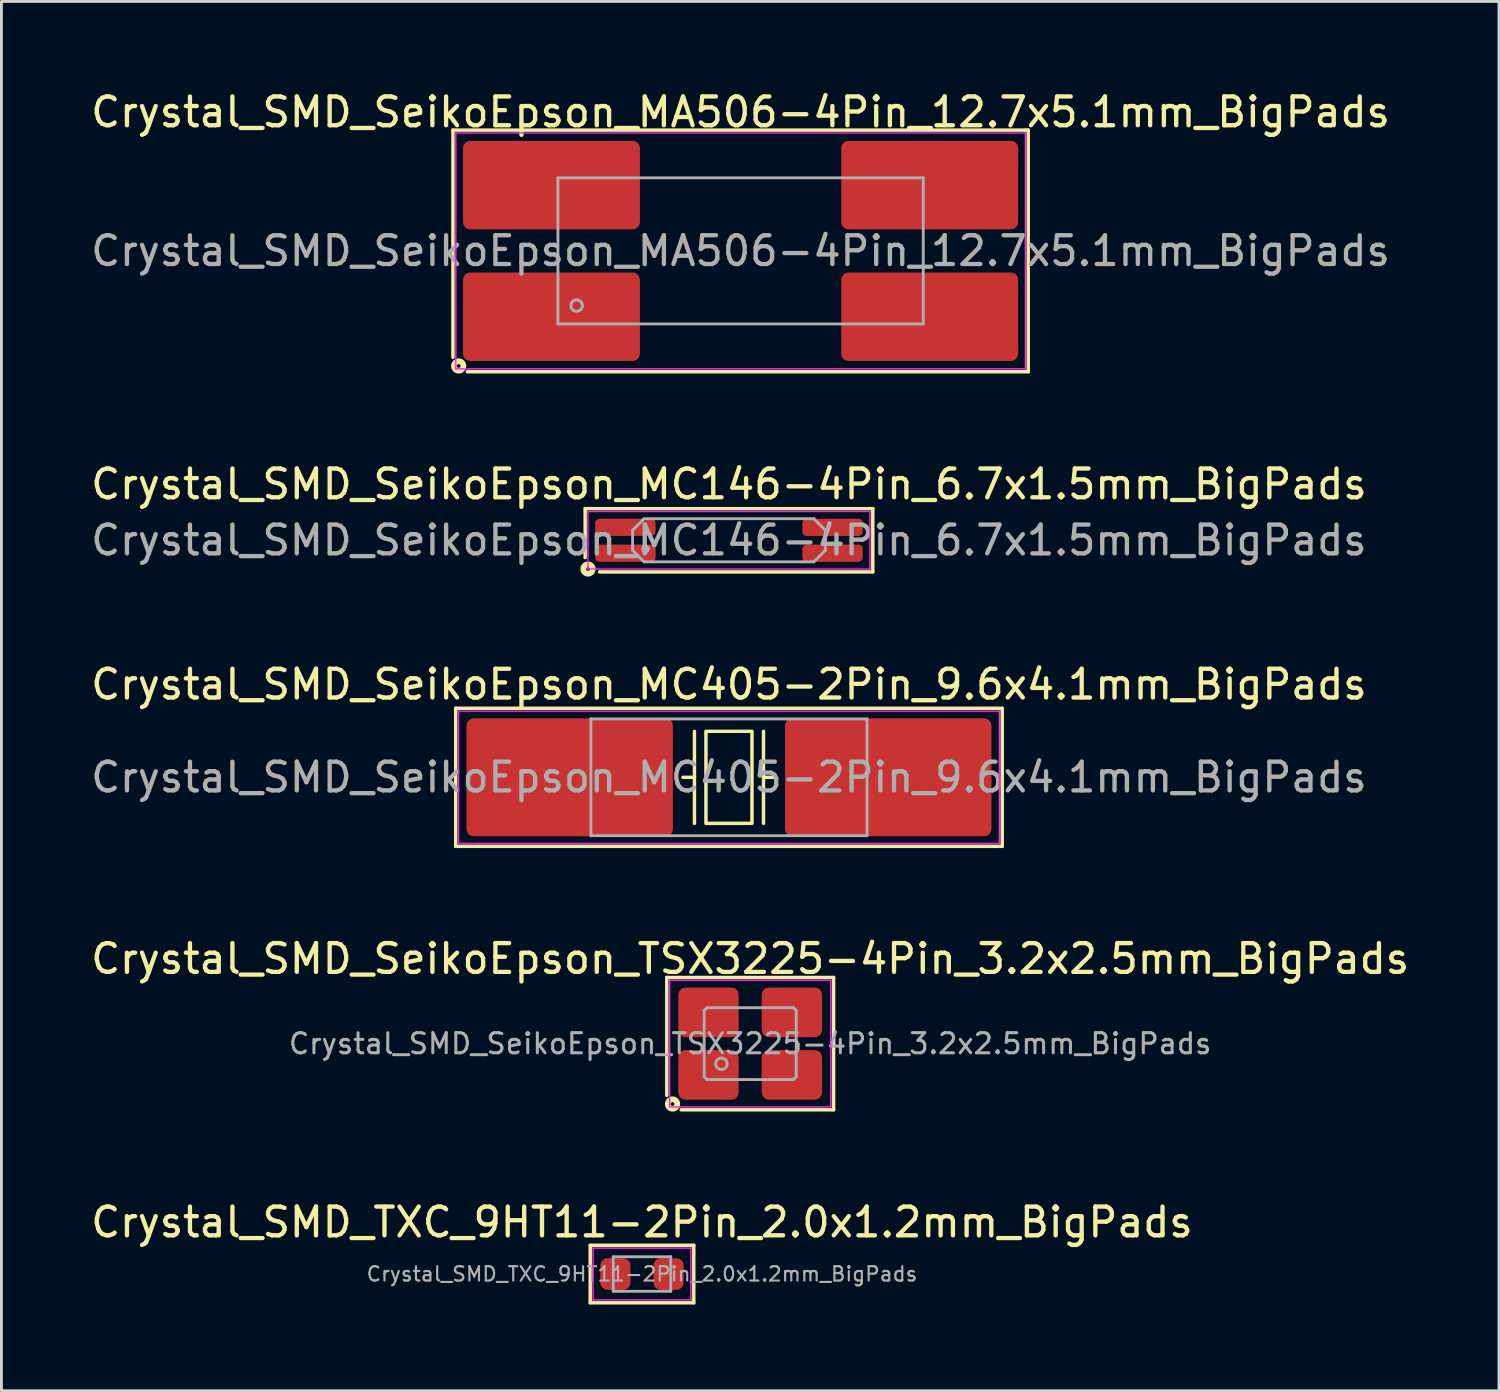
<source format=kicad_pcb>
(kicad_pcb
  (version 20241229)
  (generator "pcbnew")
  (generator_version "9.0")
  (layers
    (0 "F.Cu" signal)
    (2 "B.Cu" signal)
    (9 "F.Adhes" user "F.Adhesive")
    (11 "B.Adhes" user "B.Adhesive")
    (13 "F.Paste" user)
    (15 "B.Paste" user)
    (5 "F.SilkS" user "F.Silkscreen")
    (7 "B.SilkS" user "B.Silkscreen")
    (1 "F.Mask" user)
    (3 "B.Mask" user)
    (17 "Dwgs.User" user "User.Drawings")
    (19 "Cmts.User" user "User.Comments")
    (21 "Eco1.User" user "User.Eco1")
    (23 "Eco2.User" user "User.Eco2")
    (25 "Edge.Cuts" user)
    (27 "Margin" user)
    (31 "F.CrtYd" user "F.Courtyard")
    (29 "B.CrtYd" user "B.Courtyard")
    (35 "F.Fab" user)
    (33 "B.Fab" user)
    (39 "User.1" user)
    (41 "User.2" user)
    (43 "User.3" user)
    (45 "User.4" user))
  (footprint "Crystal_SMD_TXC_9HT11-2Pin_2.0x1.2mm_BigPads"
    (layer "F.Cu")
    (at 19.268 41.24)
    (property "Reference" "Crystal_SMD_TXC_9HT11-2Pin_2.0x1.2mm_BigPads" (at 0 -1.8 0) (layer "F.SilkS") (effects (font (size 1 1) (thickness 0.15))))
    (attr smd)
    (fp_line (start -1.8 -1) (end -1.8 1) (stroke (width 0.12) (type solid)) (layer "F.SilkS"))
    (fp_line (start -1.8 1) (end 1.8 1) (stroke (width 0.12) (type solid)) (layer "F.SilkS"))
    (fp_line (start 1.8 -1) (end -1.8 -1) (stroke (width 0.12) (type solid)) (layer "F.SilkS"))
    (fp_line (start 1.8 1) (end 1.8 -1) (stroke (width 0.12) (type solid)) (layer "F.SilkS"))
    (fp_line (start -1.7 -0.9) (end -1.7 0.9) (stroke (width 0.05) (type solid)) (layer "F.CrtYd"))
    (fp_line (start -1.7 0.9) (end 1.7 0.9) (stroke (width 0.05) (type solid)) (layer "F.CrtYd"))
    (fp_line (start 1.7 -0.9) (end -1.7 -0.9) (stroke (width 0.05) (type solid)) (layer "F.CrtYd"))
    (fp_line (start 1.7 0.9) (end 1.7 -0.9) (stroke (width 0.05) (type solid)) (layer "F.CrtYd"))
    (fp_line (start -1 -0.6) (end -1 0.6) (stroke (width 0.1) (type solid)) (layer "F.Fab"))
    (fp_line (start -1 0.6) (end 1 0.6) (stroke (width 0.1) (type solid)) (layer "F.Fab"))
    (fp_line (start 1 -0.6) (end -1 -0.6) (stroke (width 0.1) (type solid)) (layer "F.Fab"))
    (fp_line (start 1 0.6) (end 1 -0.6) (stroke (width 0.1) (type solid)) (layer "F.Fab"))
    (fp_text user "${REFERENCE}" (at 0 0 0) (layer "F.Fab") (effects (font (size 0.5 0.5) (thickness 0.075))))
    (pad "1" smd roundrect (at -0.925 0) (size 1.05 1.1) (layers "F.Cu" "F.Mask" "F.Paste") (roundrect_rratio 0.238))
    (pad "2" smd roundrect (at 0.925 0) (size 1.05 1.1) (layers "F.Cu" "F.Mask" "F.Paste") (roundrect_rratio 0.238)))
  (footprint "Crystal_SMD_SeikoEpson_MA506-4Pin_12.7x5.1mm_BigPads"
    (layer "F.Cu")
    (at 22.696 5.673)
    (property "Reference" "Crystal_SMD_SeikoEpson_MA506-4Pin_12.7x5.1mm_BigPads" (at 0 -4.825 0) (layer "F.SilkS") (effects (font (size 1 1) (thickness 0.15))))
    (attr smd)
    (fp_line (start -10 -4.2) (end -10 3.7) (stroke (width 0.12) (type solid)) (layer "F.SilkS"))
    (fp_line (start -10 -4.2) (end 9.9 -4.2) (stroke (width 0.12) (type solid)) (layer "F.SilkS"))
    (fp_line (start 9.9 -4.2) (end 10 -4.2) (stroke (width 0.12) (type solid)) (layer "F.SilkS"))
    (fp_line (start 10 -4.2) (end 10 4.2) (stroke (width 0.12) (type solid)) (layer "F.SilkS"))
    (fp_line (start 10 4.2) (end -9.5 4.2) (stroke (width 0.12) (type solid)) (layer "F.SilkS"))
    (fp_circle (center -9.8 4) (end -9.736 4) (stroke (width 0.2) (type solid)) (fill no) (layer "F.SilkS"))
    (fp_line (start -9.9 -4.1) (end -9.9 4.1) (stroke (width 0.05) (type solid)) (layer "F.CrtYd"))
    (fp_line (start -9.9 4.1) (end 9.9 4.1) (stroke (width 0.05) (type solid)) (layer "F.CrtYd"))
    (fp_line (start 9.9 -4.1) (end -9.9 -4.1) (stroke (width 0.05) (type solid)) (layer "F.CrtYd"))
    (fp_line (start 9.9 4.1) (end 9.9 -4.1) (stroke (width 0.05) (type solid)) (layer "F.CrtYd"))
    (fp_line (start -6.35 -2.54) (end -6.35 2.54) (stroke (width 0.1) (type solid)) (layer "F.Fab"))
    (fp_line (start -6.35 2.54) (end 6.35 2.54) (stroke (width 0.1) (type solid)) (layer "F.Fab"))
    (fp_line (start 6.35 -2.54) (end -6.35 -2.54) (stroke (width 0.1) (type solid)) (layer "F.Fab"))
    (fp_line (start 6.35 2.54) (end 6.35 -2.54) (stroke (width 0.1) (type solid)) (layer "F.Fab"))
    (fp_circle (center -5.7 1.9) (end -5.5 1.9) (stroke (width 0.1) (type solid)) (fill no) (layer "F.Fab"))
    (fp_text user "${REFERENCE}" (at 0 0 0) (layer "F.Fab") (effects (font (size 1 1) (thickness 0.15))))
    (pad "1" smd roundrect (at -6.575 2.288) (size 6.15 3.075) (layers "F.Cu" "F.Mask" "F.Paste") (roundrect_rratio 0.081))
    (pad "2" smd roundrect (at 6.575 2.288) (size 6.15 3.075) (layers "F.Cu" "F.Mask" "F.Paste") (roundrect_rratio 0.081))
    (pad "3" smd roundrect (at 6.575 -2.288) (size 6.15 3.075) (layers "F.Cu" "F.Mask" "F.Paste") (roundrect_rratio 0.081))
    (pad "4" smd roundrect (at -6.575 -2.288) (size 6.15 3.075) (layers "F.Cu" "F.Mask" "F.Paste") (roundrect_rratio 0.081)))
  (footprint "Crystal_SMD_SeikoEpson_MC146-4Pin_6.7x1.5mm_BigPads"
    (layer "F.Cu")
    (at 22.292 15.732)
    (property "Reference" "Crystal_SMD_SeikoEpson_MC146-4Pin_6.7x1.5mm_BigPads" (at 0 -1.95 0) (layer "F.SilkS") (effects (font (size 1 1) (thickness 0.15))))
    (attr smd)
    (fp_line (start -5 -1.1) (end -5 0.6) (stroke (width 0.12) (type solid)) (layer "F.SilkS"))
    (fp_line (start -5 -1.1) (end 5 -1.1) (stroke (width 0.12) (type solid)) (layer "F.SilkS"))
    (fp_line (start 5 -1.1) (end 5 1.1) (stroke (width 0.12) (type solid)) (layer "F.SilkS"))
    (fp_line (start 5 1.1) (end -4.5 1.1) (stroke (width 0.12) (type solid)) (layer "F.SilkS"))
    (fp_circle (center -4.9 1) (end -4.837 1) (stroke (width 0.2) (type solid)) (fill no) (layer "F.SilkS"))
    (fp_line (start -4.9 -1) (end -4.9 1) (stroke (width 0.05) (type solid)) (layer "F.CrtYd"))
    (fp_line (start -4.9 1) (end 4.9 1) (stroke (width 0.05) (type solid)) (layer "F.CrtYd"))
    (fp_line (start 4.9 -1) (end -4.9 -1) (stroke (width 0.05) (type solid)) (layer "F.CrtYd"))
    (fp_line (start 4.9 1) (end 4.9 -1) (stroke (width 0.05) (type solid)) (layer "F.CrtYd"))
    (fp_line (start -3.35 -0.35) (end -2.95 -0.75) (stroke (width 0.1) (type solid)) (layer "F.Fab"))
    (fp_line (start -3.35 0.35) (end -3.35 -0.35) (stroke (width 0.1) (type solid)) (layer "F.Fab"))
    (fp_line (start -2.95 -0.75) (end 2.95 -0.75) (stroke (width 0.1) (type solid)) (layer "F.Fab"))
    (fp_line (start -2.95 0.75) (end -3.35 0.35) (stroke (width 0.1) (type solid)) (layer "F.Fab"))
    (fp_line (start 2.95 -0.75) (end 3.35 -0.35) (stroke (width 0.1) (type solid)) (layer "F.Fab"))
    (fp_line (start 2.95 0.75) (end -2.95 0.75) (stroke (width 0.1) (type solid)) (layer "F.Fab"))
    (fp_line (start 3.35 -0.35) (end 3.35 0.35) (stroke (width 0.1) (type solid)) (layer "F.Fab"))
    (fp_line (start 3.35 0.35) (end 2.95 0.75) (stroke (width 0.1) (type solid)) (layer "F.Fab"))
    (fp_circle (center -2.9 0.3) (end -2.8 0.3) (stroke (width 0.1) (type solid)) (fill no) (layer "F.Fab"))
    (fp_text user "${REFERENCE}" (at 0 0 0) (layer "F.Fab") (effects (font (size 1 1) (thickness 0.15))))
    (pad "1" smd roundrect (at -3.6 0.45) (size 2.1 0.6) (layers "F.Cu" "F.Mask" "F.Paste") (roundrect_rratio 0.25))
    (pad "2" smd roundrect (at 3.6 0.45) (size 2.1 0.6) (layers "F.Cu" "F.Mask" "F.Paste") (roundrect_rratio 0.25))
    (pad "3" smd roundrect (at 3.6 -0.45) (size 2.1 0.6) (layers "F.Cu" "F.Mask" "F.Paste") (roundrect_rratio 0.25))
    (pad "4" smd roundrect (at -3.6 -0.45) (size 2.1 0.6) (layers "F.Cu" "F.Mask" "F.Paste") (roundrect_rratio 0.25)))
  (footprint "Crystal_SMD_SeikoEpson_MC405-2Pin_9.6x4.1mm_BigPads"
    (layer "F.Cu")
    (at 22.292 23.973)
    (property "Reference" "Crystal_SMD_SeikoEpson_MC405-2Pin_9.6x4.1mm_BigPads" (at 0 -3.23 0) (layer "F.SilkS") (effects (font (size 1 1) (thickness 0.15))))
    (attr smd)
    (fp_line (start -9.5 -2.4) (end -9.5 2.4) (stroke (width 0.12) (type solid)) (layer "F.SilkS"))
    (fp_line (start -9.5 2.4) (end 9.5 2.4) (stroke (width 0.12) (type solid)) (layer "F.SilkS"))
    (fp_line (start -1.2 -1.6) (end -1.2 1.6) (stroke (width 0.12) (type solid)) (layer "F.SilkS"))
    (fp_line (start -1.2 0) (end -1.6 0) (stroke (width 0.12) (type solid)) (layer "F.SilkS"))
    (fp_line (start 1.2 -1.6) (end 1.2 1.6) (stroke (width 0.12) (type solid)) (layer "F.SilkS"))
    (fp_line (start 1.2 0) (end 1.6 0) (stroke (width 0.12) (type solid)) (layer "F.SilkS"))
    (fp_line (start 9.5 -2.4) (end -9.5 -2.4) (stroke (width 0.12) (type solid)) (layer "F.SilkS"))
    (fp_line (start 9.5 2.4) (end 9.5 -2.4) (stroke (width 0.12) (type solid)) (layer "F.SilkS"))
    (fp_rect (start -0.8 -1.6) (end 0.8 1.6) (stroke (width 0.12) (type solid)) (fill no) (layer "F.SilkS"))
    (fp_line (start -9.4 -2.3) (end -9.4 2.3) (stroke (width 0.05) (type solid)) (layer "F.CrtYd"))
    (fp_line (start -9.4 2.3) (end 9.4 2.3) (stroke (width 0.05) (type solid)) (layer "F.CrtYd"))
    (fp_line (start 9.4 -2.3) (end -9.4 -2.3) (stroke (width 0.05) (type solid)) (layer "F.CrtYd"))
    (fp_line (start 9.4 2.3) (end 9.4 -2.3) (stroke (width 0.05) (type solid)) (layer "F.CrtYd"))
    (fp_line (start -4.8 -2.03) (end -4.8 2.03) (stroke (width 0.1) (type solid)) (layer "F.Fab"))
    (fp_line (start -4.8 2.03) (end 4.8 2.03) (stroke (width 0.1) (type solid)) (layer "F.Fab"))
    (fp_line (start 4.8 -2.03) (end -4.8 -2.03) (stroke (width 0.1) (type solid)) (layer "F.Fab"))
    (fp_line (start 4.8 2.03) (end 4.8 -2.03) (stroke (width 0.1) (type solid)) (layer "F.Fab"))
    (fp_text user "${REFERENCE}" (at 0 0 0) (layer "F.Fab") (effects (font (size 1 1) (thickness 0.15))))
    (pad "1" smd roundrect (at -5.537 0) (size 7.175 4.1) (layers "F.Cu" "F.Mask" "F.Paste") (roundrect_rratio 0.061))
    (pad "2" smd roundrect (at 5.537 0) (size 7.175 4.1) (layers "F.Cu" "F.Mask" "F.Paste") (roundrect_rratio 0.061)))
  (footprint "Crystal_SMD_SeikoEpson_TSX3225-4Pin_3.2x2.5mm_BigPads"
    (layer "F.Cu")
    (at 23.03 33.231)
    (property "Reference" "Crystal_SMD_SeikoEpson_TSX3225-4Pin_3.2x2.5mm_BigPads" (at 0 -2.95 0) (layer "F.SilkS") (effects (font (size 1 1) (thickness 0.15))))
    (attr smd)
    (fp_line (start -2.9 -2.3) (end -2.9 1.8) (stroke (width 0.12) (type solid)) (layer "F.SilkS"))
    (fp_line (start -2.9 -2.3) (end 2.9 -2.3) (stroke (width 0.12) (type solid)) (layer "F.SilkS"))
    (fp_line (start 2.9 -2.3) (end 2.9 2.3) (stroke (width 0.12) (type solid)) (layer "F.SilkS"))
    (fp_line (start 2.9 2.3) (end -2.4 2.3) (stroke (width 0.12) (type solid)) (layer "F.SilkS"))
    (fp_circle (center -2.7 2.1) (end -2.636 2.1) (stroke (width 0.2) (type solid)) (fill no) (layer "F.SilkS"))
    (fp_line (start -2.8 -2.2) (end -2.8 2.2) (stroke (width 0.05) (type solid)) (layer "F.CrtYd"))
    (fp_line (start -2.8 2.2) (end 2.8 2.2) (stroke (width 0.05) (type solid)) (layer "F.CrtYd"))
    (fp_line (start 2.8 -2.2) (end -2.8 -2.2) (stroke (width 0.05) (type solid)) (layer "F.CrtYd"))
    (fp_line (start 2.8 2.2) (end 2.8 -2.2) (stroke (width 0.05) (type solid)) (layer "F.CrtYd"))
    (fp_line (start -1.6 -1.15) (end -1.5 -1.25) (stroke (width 0.1) (type solid)) (layer "F.Fab"))
    (fp_line (start -1.6 1.15) (end -1.6 -1.15) (stroke (width 0.1) (type solid)) (layer "F.Fab"))
    (fp_line (start -1.5 -1.25) (end 1.5 -1.25) (stroke (width 0.1) (type solid)) (layer "F.Fab"))
    (fp_line (start -1.5 1.25) (end -1.6 1.15) (stroke (width 0.1) (type solid)) (layer "F.Fab"))
    (fp_line (start 1.5 -1.25) (end 1.6 -1.15) (stroke (width 0.1) (type solid)) (layer "F.Fab"))
    (fp_line (start 1.5 1.25) (end -1.5 1.25) (stroke (width 0.1) (type solid)) (layer "F.Fab"))
    (fp_line (start 1.6 -1.15) (end 1.6 1.15) (stroke (width 0.1) (type solid)) (layer "F.Fab"))
    (fp_line (start 1.6 1.15) (end 1.5 1.25) (stroke (width 0.1) (type solid)) (layer "F.Fab"))
    (fp_circle (center -1 0.7) (end -0.8 0.7) (stroke (width 0.1) (type solid)) (fill no) (layer "F.Fab"))
    (fp_text user "${REFERENCE}" (at 0 0 0) (layer "F.Fab") (effects (font (size 0.7 0.7) (thickness 0.105))))
    (pad "1" smd roundrect (at -1.45 1.087) (size 2.1 1.725) (layers "F.Cu" "F.Mask" "F.Paste") (roundrect_rratio 0.145))
    (pad "2" smd roundrect (at 1.45 1.087) (size 2.1 1.725) (layers "F.Cu" "F.Mask" "F.Paste") (roundrect_rratio 0.145))
    (pad "3" smd roundrect (at 1.45 -1.087) (size 2.1 1.725) (layers "F.Cu" "F.Mask" "F.Paste") (roundrect_rratio 0.145))
    (pad "4" smd roundrect (at -1.45 -1.087) (size 2.1 1.725) (layers "F.Cu" "F.Mask" "F.Paste") (roundrect_rratio 0.145)))
  (gr_rect
    (start -3 -3)
    (end 49.06 45.3)
    (stroke (width 0.1) (type default))
    (fill no)
    (layer "Edge.Cuts")))
</source>
